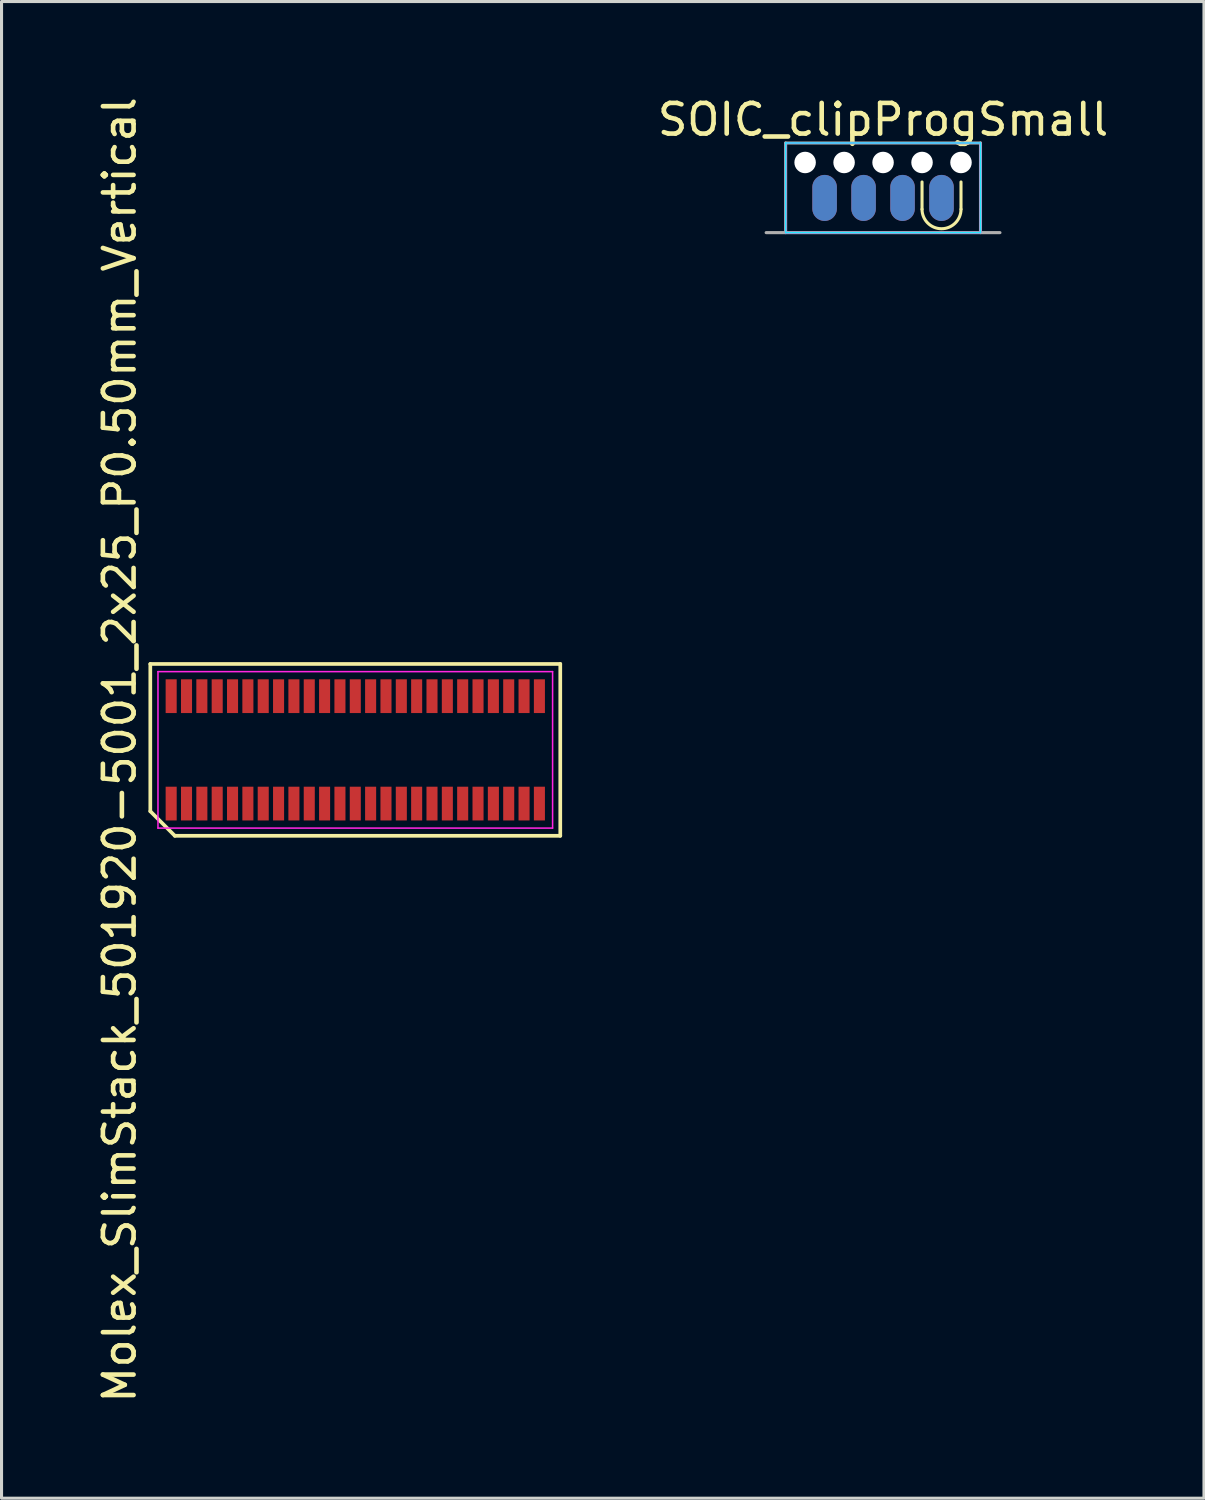
<source format=kicad_pcb>
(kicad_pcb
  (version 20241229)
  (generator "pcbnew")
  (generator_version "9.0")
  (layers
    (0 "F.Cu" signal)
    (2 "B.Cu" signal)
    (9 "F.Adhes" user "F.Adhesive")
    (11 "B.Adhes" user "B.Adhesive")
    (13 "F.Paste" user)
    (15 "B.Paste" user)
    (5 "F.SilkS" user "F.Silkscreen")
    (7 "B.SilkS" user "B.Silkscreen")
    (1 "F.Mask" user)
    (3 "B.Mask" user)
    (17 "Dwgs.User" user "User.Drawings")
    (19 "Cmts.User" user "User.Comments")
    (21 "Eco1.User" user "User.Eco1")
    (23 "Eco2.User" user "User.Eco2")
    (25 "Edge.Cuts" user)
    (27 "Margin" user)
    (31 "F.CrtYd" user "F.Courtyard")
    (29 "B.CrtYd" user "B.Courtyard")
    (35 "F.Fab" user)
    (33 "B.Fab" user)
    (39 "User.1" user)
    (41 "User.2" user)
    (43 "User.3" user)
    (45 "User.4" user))
  (footprint "Molex_SlimStack_501920-5001_2x25_P0.50mm_Vertical"
    (layer "F.Cu")
    (at 8.528 21.387)
    (property "Reference" "Molex_SlimStack_501920-5001_2x25_P0.50mm_Vertical" (at -7.68 0 90) (layer "F.SilkS") (effects (font (size 1 1) (thickness 0.15))))
    (attr through_hole)
    (fp_line (start -6.68 -2.8) (end 6.68 -2.8) (stroke (width 0.12) (type solid)) (layer "F.SilkS"))
    (fp_line (start -6.68 2) (end -6.68 -2.8) (stroke (width 0.12) (type solid)) (layer "F.SilkS"))
    (fp_line (start -5.88 2.8) (end -6.68 2) (stroke (width 0.12) (type solid)) (layer "F.SilkS"))
    (fp_line (start 6.68 -2.8) (end 6.68 2.8) (stroke (width 0.12) (type solid)) (layer "F.SilkS"))
    (fp_line (start 6.68 2.8) (end -5.88 2.8) (stroke (width 0.12) (type solid)) (layer "F.SilkS"))
    (fp_line (start -6.43 -2.55) (end 6.43 -2.55) (stroke (width 0.05) (type solid)) (layer "F.CrtYd"))
    (fp_line (start -6.43 2.55) (end -6.43 -2.55) (stroke (width 0.05) (type solid)) (layer "F.CrtYd"))
    (fp_line (start 6.43 -2.55) (end 6.43 2.55) (stroke (width 0.05) (type solid)) (layer "F.CrtYd"))
    (fp_line (start 6.43 2.55) (end -6.43 2.55) (stroke (width 0.05) (type solid)) (layer "F.CrtYd"))
    (pad "1" smd rect (at -6 1.75) (size 0.36 1.1) (layers "F.Cu" "F.Mask" "F.Paste"))
    (pad "2" smd rect (at -6 -1.75) (size 0.36 1.1) (layers "F.Cu" "F.Mask" "F.Paste"))
    (pad "3" smd rect (at -5.5 1.75) (size 0.36 1.1) (layers "F.Cu" "F.Mask" "F.Paste"))
    (pad "4" smd rect (at -5.5 -1.75) (size 0.36 1.1) (layers "F.Cu" "F.Mask" "F.Paste"))
    (pad "5" smd rect (at -5 1.75) (size 0.36 1.1) (layers "F.Cu" "F.Mask" "F.Paste"))
    (pad "6" smd rect (at -5 -1.75) (size 0.36 1.1) (layers "F.Cu" "F.Mask" "F.Paste"))
    (pad "7" smd rect (at -4.5 1.75) (size 0.36 1.1) (layers "F.Cu" "F.Mask" "F.Paste"))
    (pad "8" smd rect (at -4.5 -1.75) (size 0.36 1.1) (layers "F.Cu" "F.Mask" "F.Paste"))
    (pad "9" smd rect (at -4 1.75) (size 0.36 1.1) (layers "F.Cu" "F.Mask" "F.Paste"))
    (pad "10" smd rect (at -4 -1.75) (size 0.36 1.1) (layers "F.Cu" "F.Mask" "F.Paste"))
    (pad "11" smd rect (at -3.5 1.75) (size 0.36 1.1) (layers "F.Cu" "F.Mask" "F.Paste"))
    (pad "12" smd rect (at -3.5 -1.75) (size 0.36 1.1) (layers "F.Cu" "F.Mask" "F.Paste"))
    (pad "13" smd rect (at -3 1.75) (size 0.36 1.1) (layers "F.Cu" "F.Mask" "F.Paste"))
    (pad "14" smd rect (at -3 -1.75) (size 0.36 1.1) (layers "F.Cu" "F.Mask" "F.Paste"))
    (pad "15" smd rect (at -2.5 1.75) (size 0.36 1.1) (layers "F.Cu" "F.Mask" "F.Paste"))
    (pad "16" smd rect (at -2.5 -1.75) (size 0.36 1.1) (layers "F.Cu" "F.Mask" "F.Paste"))
    (pad "17" smd rect (at -2 1.75) (size 0.36 1.1) (layers "F.Cu" "F.Mask" "F.Paste"))
    (pad "18" smd rect (at -2 -1.75) (size 0.36 1.1) (layers "F.Cu" "F.Mask" "F.Paste"))
    (pad "19" smd rect (at -1.5 1.75) (size 0.36 1.1) (layers "F.Cu" "F.Mask" "F.Paste"))
    (pad "20" smd rect (at -1.5 -1.75) (size 0.36 1.1) (layers "F.Cu" "F.Mask" "F.Paste"))
    (pad "21" smd rect (at -1 1.75) (size 0.36 1.1) (layers "F.Cu" "F.Mask" "F.Paste"))
    (pad "22" smd rect (at -1 -1.75) (size 0.36 1.1) (layers "F.Cu" "F.Mask" "F.Paste"))
    (pad "23" smd rect (at -0.5 1.75) (size 0.36 1.1) (layers "F.Cu" "F.Mask" "F.Paste"))
    (pad "24" smd rect (at -0.5 -1.75) (size 0.36 1.1) (layers "F.Cu" "F.Mask" "F.Paste"))
    (pad "25" smd rect (at 0 1.75) (size 0.36 1.1) (layers "F.Cu" "F.Mask" "F.Paste"))
    (pad "26" smd rect (at 0 -1.75) (size 0.36 1.1) (layers "F.Cu" "F.Mask" "F.Paste"))
    (pad "27" smd rect (at 0.5 1.75) (size 0.36 1.1) (layers "F.Cu" "F.Mask" "F.Paste"))
    (pad "28" smd rect (at 0.5 -1.75) (size 0.36 1.1) (layers "F.Cu" "F.Mask" "F.Paste"))
    (pad "29" smd rect (at 1 1.75) (size 0.36 1.1) (layers "F.Cu" "F.Mask" "F.Paste"))
    (pad "30" smd rect (at 1 -1.75) (size 0.36 1.1) (layers "F.Cu" "F.Mask" "F.Paste"))
    (pad "31" smd rect (at 1.5 1.75) (size 0.36 1.1) (layers "F.Cu" "F.Mask" "F.Paste"))
    (pad "32" smd rect (at 1.5 -1.75) (size 0.36 1.1) (layers "F.Cu" "F.Mask" "F.Paste"))
    (pad "33" smd rect (at 2 1.75) (size 0.36 1.1) (layers "F.Cu" "F.Mask" "F.Paste"))
    (pad "34" smd rect (at 2 -1.75) (size 0.36 1.1) (layers "F.Cu" "F.Mask" "F.Paste"))
    (pad "35" smd rect (at 2.5 1.75) (size 0.36 1.1) (layers "F.Cu" "F.Mask" "F.Paste"))
    (pad "36" smd rect (at 2.5 -1.75) (size 0.36 1.1) (layers "F.Cu" "F.Mask" "F.Paste"))
    (pad "37" smd rect (at 3 1.75) (size 0.36 1.1) (layers "F.Cu" "F.Mask" "F.Paste"))
    (pad "38" smd rect (at 3 -1.75) (size 0.36 1.1) (layers "F.Cu" "F.Mask" "F.Paste"))
    (pad "39" smd rect (at 3.5 1.75) (size 0.36 1.1) (layers "F.Cu" "F.Mask" "F.Paste"))
    (pad "40" smd rect (at 3.5 -1.75) (size 0.36 1.1) (layers "F.Cu" "F.Mask" "F.Paste"))
    (pad "41" smd rect (at 4 1.75) (size 0.36 1.1) (layers "F.Cu" "F.Mask" "F.Paste"))
    (pad "42" smd rect (at 4 -1.75) (size 0.36 1.1) (layers "F.Cu" "F.Mask" "F.Paste"))
    (pad "43" smd rect (at 4.5 1.75) (size 0.36 1.1) (layers "F.Cu" "F.Mask" "F.Paste"))
    (pad "44" smd rect (at 4.5 -1.75) (size 0.36 1.1) (layers "F.Cu" "F.Mask" "F.Paste"))
    (pad "45" smd rect (at 5 1.75) (size 0.36 1.1) (layers "F.Cu" "F.Mask" "F.Paste"))
    (pad "46" smd rect (at 5 -1.75) (size 0.36 1.1) (layers "F.Cu" "F.Mask" "F.Paste"))
    (pad "47" smd rect (at 5.5 1.75) (size 0.36 1.1) (layers "F.Cu" "F.Mask" "F.Paste"))
    (pad "48" smd rect (at 5.5 -1.75) (size 0.36 1.1) (layers "F.Cu" "F.Mask" "F.Paste"))
    (pad "49" smd rect (at 6 1.75) (size 0.36 1.1) (layers "F.Cu" "F.Mask" "F.Paste"))
    (pad "50" smd rect (at 6 -1.75) (size 0.36 1.1) (layers "F.Cu" "F.Mask" "F.Paste")))
  (footprint "SOIC_clipProgSmall"
    (layer "F.Cu")
    (at 25.727 4.15)
    (property "Reference" "SOIC_clipProgSmall" (at 0 -3.302 0) (layer "F.SilkS") (effects (font (size 1 1) (thickness 0.15))))
    (attr through_hole)
    (fp_line (start 1.27 -0.381) (end 1.27 -1.27) (stroke (width 0.1) (type solid)) (layer "F.SilkS"))
    (fp_line (start 2.54 -0.381) (end 2.54 -1.27) (stroke (width 0.1) (type solid)) (layer "F.SilkS"))
    (fp_arc (start 2.54 -0.381) (mid 1.905 0.254) (end 1.27 -0.381) (stroke (width 0.1) (type solid)) (layer "F.SilkS"))
    (fp_line (start -3.175 -2.54) (end 3.175 -2.54) (stroke (width 0.05) (type solid)) (layer "B.CrtYd"))
    (fp_line (start -3.175 0.381) (end -3.175 -2.54) (stroke (width 0.05) (type solid)) (layer "B.CrtYd"))
    (fp_line (start 3.175 -2.54) (end 3.175 0.381) (stroke (width 0.05) (type solid)) (layer "B.CrtYd"))
    (fp_line (start 3.175 0.381) (end -3.175 0.381) (stroke (width 0.05) (type solid)) (layer "B.CrtYd"))
    (fp_line (start -3.175 -2.54) (end -3.175 0.381) (stroke (width 0.05) (type solid)) (layer "F.CrtYd"))
    (fp_line (start -3.175 0.381) (end 3.175 0.381) (stroke (width 0.05) (type solid)) (layer "F.CrtYd"))
    (fp_line (start 3.175 -2.54) (end -3.175 -2.54) (stroke (width 0.05) (type solid)) (layer "F.CrtYd"))
    (fp_line (start 3.175 0.381) (end 3.175 -2.54) (stroke (width 0.05) (type solid)) (layer "F.CrtYd"))
    (fp_line (start -3.81 0.381) (end 3.81 0.381) (stroke (width 0.1) (type solid)) (layer "F.Fab"))
    (fp_line (start -3.175 -2.54) (end -3.175 0.381) (stroke (width 0.1) (type solid)) (layer "F.Fab"))
    (fp_line (start 3.175 -2.54) (end -3.175 -2.54) (stroke (width 0.1) (type solid)) (layer "F.Fab"))
    (fp_line (start 3.175 0.381) (end 3.175 -2.54) (stroke (width 0.1) (type solid)) (layer "F.Fab"))
    (pad "" np_thru_hole circle (at -2.54 -1.905) (size 0.7 0.7) (drill 0.7) (layers "*.Cu" "*.Mask"))
    (pad "" np_thru_hole circle (at -1.27 -1.905) (size 0.7 0.7) (drill 0.7) (layers "*.Cu" "*.Mask"))
    (pad "" np_thru_hole circle (at 0 -1.905) (size 0.7 0.7) (drill 0.7) (layers "*.Cu" "*.Mask"))
    (pad "" np_thru_hole circle (at 1.27 -1.905) (size 0.7 0.7) (drill 0.7) (layers "*.Cu" "*.Mask"))
    (pad "" np_thru_hole circle (at 2.54 -1.905) (size 0.7 0.7) (drill 0.7) (layers "*.Cu" "*.Mask"))
    (pad "1" smd oval (at 1.905 -0.75) (size 0.8 1.5) (layers "F.Cu" "F.Mask"))
    (pad "2" smd oval (at 0.635 -0.75) (size 0.8 1.5) (layers "F.Cu" "F.Mask"))
    (pad "3" smd oval (at -0.635 -0.75) (size 0.8 1.5) (layers "F.Cu" "F.Mask"))
    (pad "4" smd oval (at -1.905 -0.75) (size 0.8 1.5) (layers "F.Cu" "F.Mask"))
    (pad "5" smd oval (at -1.905 -0.75) (size 0.8 1.5) (layers "B.Cu" "B.Mask"))
    (pad "6" smd oval (at -0.635 -0.75) (size 0.8 1.5) (layers "B.Cu" "B.Mask"))
    (pad "7" smd oval (at 0.635 -0.75) (size 0.8 1.5) (layers "B.Cu" "B.Mask"))
    (pad "8" smd oval (at 1.905 -0.75) (size 0.8 1.5) (layers "B.Cu" "B.Mask")))
  (gr_rect
    (start -3 -3)
    (end 36.185 45.774)
    (stroke (width 0.1) (type default))
    (fill no)
    (layer "Edge.Cuts")))
</source>
